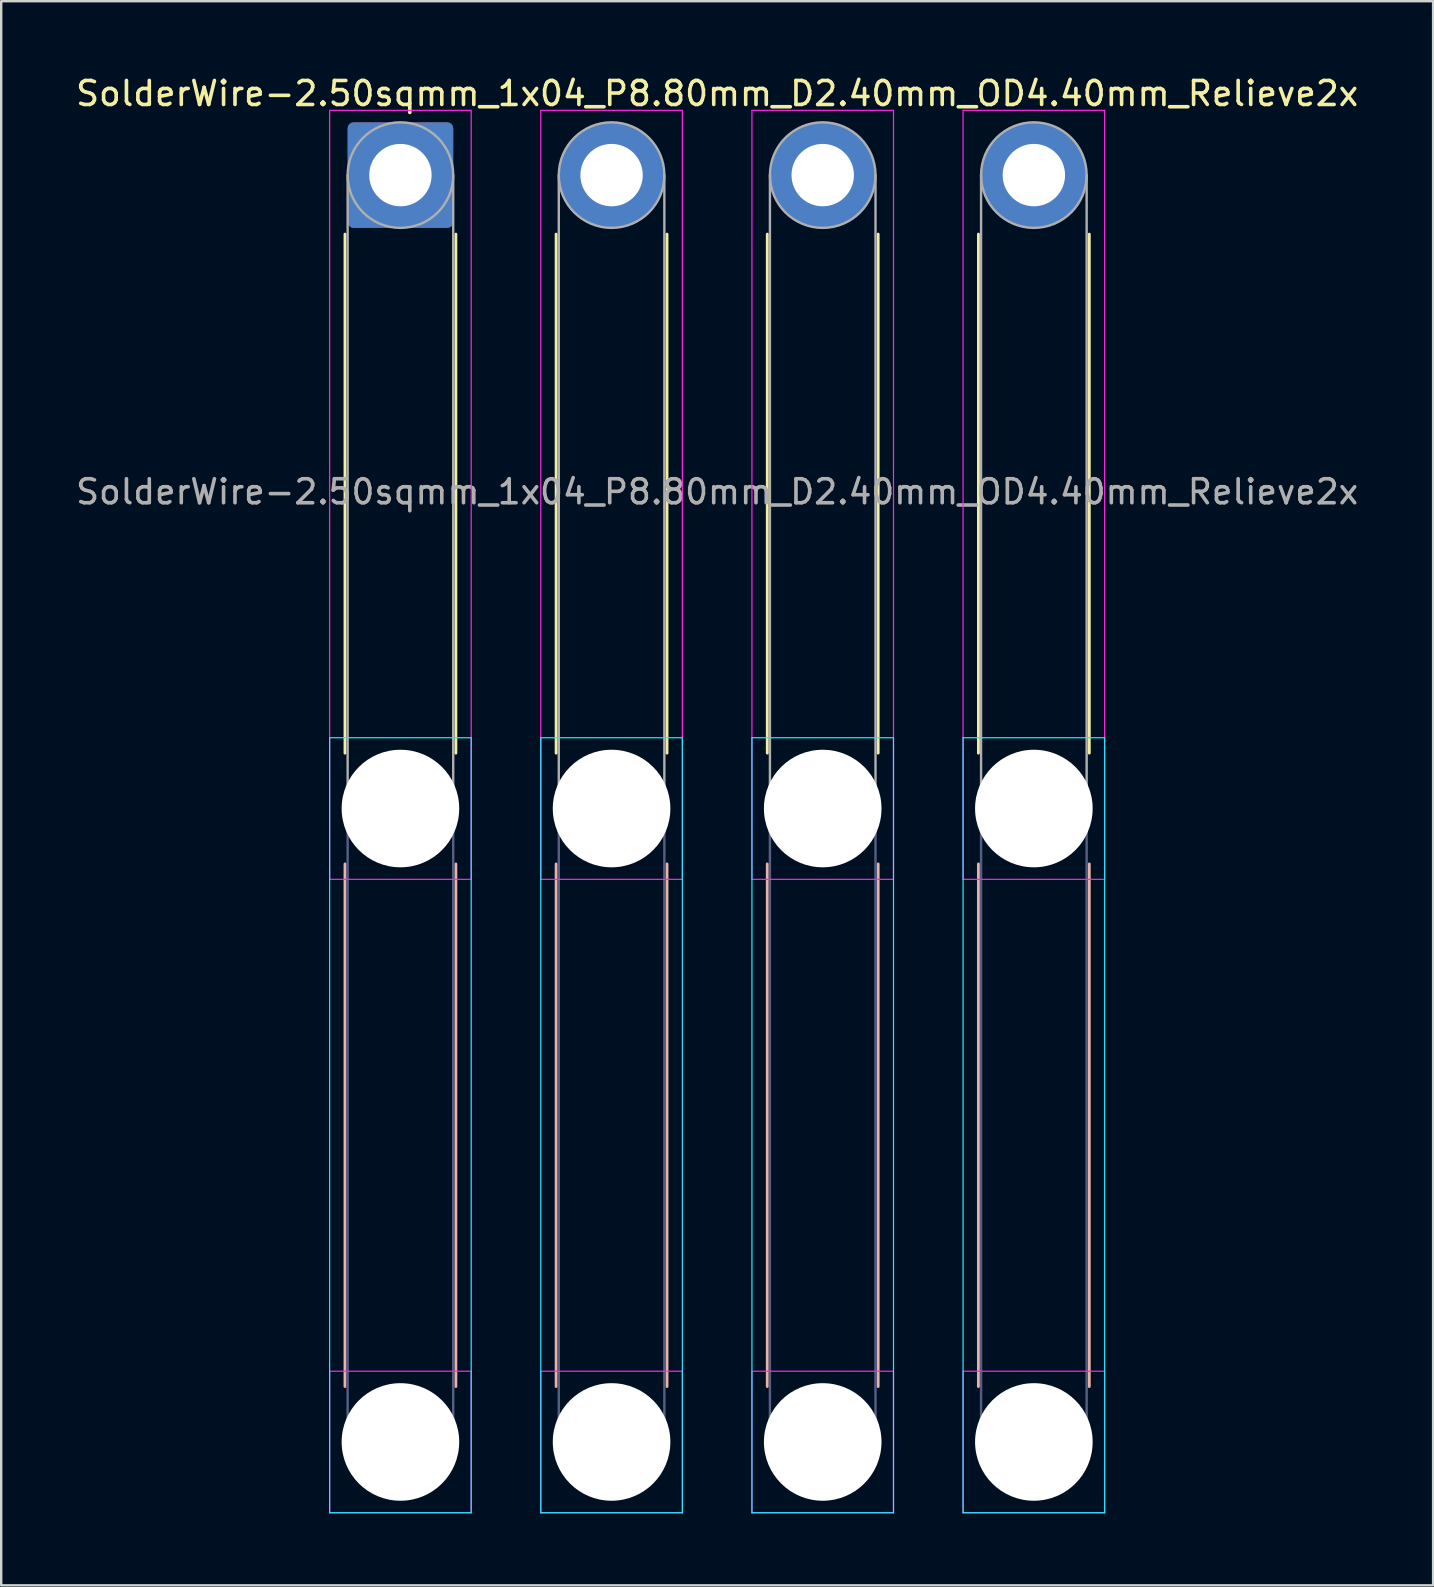
<source format=kicad_pcb>
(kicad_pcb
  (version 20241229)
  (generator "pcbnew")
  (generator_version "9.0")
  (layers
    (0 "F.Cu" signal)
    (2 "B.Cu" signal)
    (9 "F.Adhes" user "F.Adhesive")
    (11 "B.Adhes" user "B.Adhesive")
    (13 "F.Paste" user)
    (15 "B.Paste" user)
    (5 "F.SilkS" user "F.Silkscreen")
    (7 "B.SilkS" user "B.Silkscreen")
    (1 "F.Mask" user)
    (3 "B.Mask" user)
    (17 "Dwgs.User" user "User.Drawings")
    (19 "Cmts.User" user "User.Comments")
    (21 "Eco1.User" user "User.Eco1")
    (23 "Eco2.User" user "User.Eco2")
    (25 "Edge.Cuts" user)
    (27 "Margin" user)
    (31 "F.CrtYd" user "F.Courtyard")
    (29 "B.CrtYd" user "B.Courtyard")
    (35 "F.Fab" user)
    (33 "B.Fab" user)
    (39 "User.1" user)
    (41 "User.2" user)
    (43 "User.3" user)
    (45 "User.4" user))
  (footprint "SolderWire-2.50sqmm_1x04_P8.80mm_D2.40mm_OD4.40mm_Relieve2x"
    (layer "F.Cu")
    (at 13.639 4.248)
    (property "Reference" "SolderWire-2.50sqmm_1x04_P8.80mm_D2.40mm_OD4.40mm_Relieve2x" (at 13.2 -3.4 0) (layer "F.SilkS") (effects (font (size 1 1) (thickness 0.15))))
    (attr exclude_from_pos_files exclude_from_bom)
    (fp_line (start -2.31 2.46) (end -2.31 24.09) (stroke (width 0.12) (type solid)) (layer "F.SilkS"))
    (fp_line (start 2.31 2.46) (end 2.31 24.09) (stroke (width 0.12) (type solid)) (layer "F.SilkS"))
    (fp_line (start 6.49 2.46) (end 6.49 24.09) (stroke (width 0.12) (type solid)) (layer "F.SilkS"))
    (fp_line (start 11.11 2.46) (end 11.11 24.09) (stroke (width 0.12) (type solid)) (layer "F.SilkS"))
    (fp_line (start 15.29 2.46) (end 15.29 24.09) (stroke (width 0.12) (type solid)) (layer "F.SilkS"))
    (fp_line (start 19.91 2.46) (end 19.91 24.09) (stroke (width 0.12) (type solid)) (layer "F.SilkS"))
    (fp_line (start 24.09 2.46) (end 24.09 24.09) (stroke (width 0.12) (type solid)) (layer "F.SilkS"))
    (fp_line (start 28.71 2.46) (end 28.71 24.09) (stroke (width 0.12) (type solid)) (layer "F.SilkS"))
    (fp_line (start -2.31 28.71) (end -2.31 50.49) (stroke (width 0.12) (type solid)) (layer "B.SilkS"))
    (fp_line (start 2.31 28.71) (end 2.31 50.49) (stroke (width 0.12) (type solid)) (layer "B.SilkS"))
    (fp_line (start 6.49 28.71) (end 6.49 50.49) (stroke (width 0.12) (type solid)) (layer "B.SilkS"))
    (fp_line (start 11.11 28.71) (end 11.11 50.49) (stroke (width 0.12) (type solid)) (layer "B.SilkS"))
    (fp_line (start 15.29 28.71) (end 15.29 50.49) (stroke (width 0.12) (type solid)) (layer "B.SilkS"))
    (fp_line (start 19.91 28.71) (end 19.91 50.49) (stroke (width 0.12) (type solid)) (layer "B.SilkS"))
    (fp_line (start 24.09 28.71) (end 24.09 50.49) (stroke (width 0.12) (type solid)) (layer "B.SilkS"))
    (fp_line (start 28.71 28.71) (end 28.71 50.49) (stroke (width 0.12) (type solid)) (layer "B.SilkS"))
    (fp_line (start -2.95 23.45) (end -2.95 55.75) (stroke (width 0.05) (type solid)) (layer "B.CrtYd"))
    (fp_line (start -2.95 55.75) (end 2.95 55.75) (stroke (width 0.05) (type solid)) (layer "B.CrtYd"))
    (fp_line (start 2.95 23.45) (end -2.95 23.45) (stroke (width 0.05) (type solid)) (layer "B.CrtYd"))
    (fp_line (start 2.95 55.75) (end 2.95 23.45) (stroke (width 0.05) (type solid)) (layer "B.CrtYd"))
    (fp_line (start 5.85 23.45) (end 5.85 55.75) (stroke (width 0.05) (type solid)) (layer "B.CrtYd"))
    (fp_line (start 5.85 55.75) (end 11.75 55.75) (stroke (width 0.05) (type solid)) (layer "B.CrtYd"))
    (fp_line (start 11.75 23.45) (end 5.85 23.45) (stroke (width 0.05) (type solid)) (layer "B.CrtYd"))
    (fp_line (start 11.75 55.75) (end 11.75 23.45) (stroke (width 0.05) (type solid)) (layer "B.CrtYd"))
    (fp_line (start 14.65 23.45) (end 14.65 55.75) (stroke (width 0.05) (type solid)) (layer "B.CrtYd"))
    (fp_line (start 14.65 55.75) (end 20.55 55.75) (stroke (width 0.05) (type solid)) (layer "B.CrtYd"))
    (fp_line (start 20.55 23.45) (end 14.65 23.45) (stroke (width 0.05) (type solid)) (layer "B.CrtYd"))
    (fp_line (start 20.55 55.75) (end 20.55 23.45) (stroke (width 0.05) (type solid)) (layer "B.CrtYd"))
    (fp_line (start 23.45 23.45) (end 23.45 55.75) (stroke (width 0.05) (type solid)) (layer "B.CrtYd"))
    (fp_line (start 23.45 55.75) (end 29.35 55.75) (stroke (width 0.05) (type solid)) (layer "B.CrtYd"))
    (fp_line (start 29.35 23.45) (end 23.45 23.45) (stroke (width 0.05) (type solid)) (layer "B.CrtYd"))
    (fp_line (start 29.35 55.75) (end 29.35 23.45) (stroke (width 0.05) (type solid)) (layer "B.CrtYd"))
    (fp_line (start -2.95 -2.7) (end -2.95 29.35) (stroke (width 0.05) (type solid)) (layer "F.CrtYd"))
    (fp_line (start -2.95 29.35) (end 2.95 29.35) (stroke (width 0.05) (type solid)) (layer "F.CrtYd"))
    (fp_line (start -2.95 49.85) (end -2.95 55.75) (stroke (width 0.05) (type solid)) (layer "F.CrtYd"))
    (fp_line (start -2.95 55.75) (end 2.95 55.75) (stroke (width 0.05) (type solid)) (layer "F.CrtYd"))
    (fp_line (start 2.95 -2.7) (end -2.95 -2.7) (stroke (width 0.05) (type solid)) (layer "F.CrtYd"))
    (fp_line (start 2.95 29.35) (end 2.95 -2.7) (stroke (width 0.05) (type solid)) (layer "F.CrtYd"))
    (fp_line (start 2.95 49.85) (end -2.95 49.85) (stroke (width 0.05) (type solid)) (layer "F.CrtYd"))
    (fp_line (start 2.95 55.75) (end 2.95 49.85) (stroke (width 0.05) (type solid)) (layer "F.CrtYd"))
    (fp_line (start 5.85 -2.7) (end 5.85 29.35) (stroke (width 0.05) (type solid)) (layer "F.CrtYd"))
    (fp_line (start 5.85 29.35) (end 11.75 29.35) (stroke (width 0.05) (type solid)) (layer "F.CrtYd"))
    (fp_line (start 5.85 49.85) (end 5.85 55.75) (stroke (width 0.05) (type solid)) (layer "F.CrtYd"))
    (fp_line (start 5.85 55.75) (end 11.75 55.75) (stroke (width 0.05) (type solid)) (layer "F.CrtYd"))
    (fp_line (start 11.75 -2.7) (end 5.85 -2.7) (stroke (width 0.05) (type solid)) (layer "F.CrtYd"))
    (fp_line (start 11.75 29.35) (end 11.75 -2.7) (stroke (width 0.05) (type solid)) (layer "F.CrtYd"))
    (fp_line (start 11.75 49.85) (end 5.85 49.85) (stroke (width 0.05) (type solid)) (layer "F.CrtYd"))
    (fp_line (start 11.75 55.75) (end 11.75 49.85) (stroke (width 0.05) (type solid)) (layer "F.CrtYd"))
    (fp_line (start 14.65 -2.7) (end 14.65 29.35) (stroke (width 0.05) (type solid)) (layer "F.CrtYd"))
    (fp_line (start 14.65 29.35) (end 20.55 29.35) (stroke (width 0.05) (type solid)) (layer "F.CrtYd"))
    (fp_line (start 14.65 49.85) (end 14.65 55.75) (stroke (width 0.05) (type solid)) (layer "F.CrtYd"))
    (fp_line (start 14.65 55.75) (end 20.55 55.75) (stroke (width 0.05) (type solid)) (layer "F.CrtYd"))
    (fp_line (start 20.55 -2.7) (end 14.65 -2.7) (stroke (width 0.05) (type solid)) (layer "F.CrtYd"))
    (fp_line (start 20.55 29.35) (end 20.55 -2.7) (stroke (width 0.05) (type solid)) (layer "F.CrtYd"))
    (fp_line (start 20.55 49.85) (end 14.65 49.85) (stroke (width 0.05) (type solid)) (layer "F.CrtYd"))
    (fp_line (start 20.55 55.75) (end 20.55 49.85) (stroke (width 0.05) (type solid)) (layer "F.CrtYd"))
    (fp_line (start 23.45 -2.7) (end 23.45 29.35) (stroke (width 0.05) (type solid)) (layer "F.CrtYd"))
    (fp_line (start 23.45 29.35) (end 29.35 29.35) (stroke (width 0.05) (type solid)) (layer "F.CrtYd"))
    (fp_line (start 23.45 49.85) (end 23.45 55.75) (stroke (width 0.05) (type solid)) (layer "F.CrtYd"))
    (fp_line (start 23.45 55.75) (end 29.35 55.75) (stroke (width 0.05) (type solid)) (layer "F.CrtYd"))
    (fp_line (start 29.35 -2.7) (end 23.45 -2.7) (stroke (width 0.05) (type solid)) (layer "F.CrtYd"))
    (fp_line (start 29.35 29.35) (end 29.35 -2.7) (stroke (width 0.05) (type solid)) (layer "F.CrtYd"))
    (fp_line (start 29.35 49.85) (end 23.45 49.85) (stroke (width 0.05) (type solid)) (layer "F.CrtYd"))
    (fp_line (start 29.35 55.75) (end 29.35 49.85) (stroke (width 0.05) (type solid)) (layer "F.CrtYd"))
    (fp_line (start -2.2 26.4) (end -2.2 52.8) (stroke (width 0.1) (type solid)) (layer "B.Fab"))
    (fp_line (start 2.2 26.4) (end 2.2 52.8) (stroke (width 0.1) (type solid)) (layer "B.Fab"))
    (fp_line (start 6.6 26.4) (end 6.6 52.8) (stroke (width 0.1) (type solid)) (layer "B.Fab"))
    (fp_line (start 11 26.4) (end 11 52.8) (stroke (width 0.1) (type solid)) (layer "B.Fab"))
    (fp_line (start 15.4 26.4) (end 15.4 52.8) (stroke (width 0.1) (type solid)) (layer "B.Fab"))
    (fp_line (start 19.8 26.4) (end 19.8 52.8) (stroke (width 0.1) (type solid)) (layer "B.Fab"))
    (fp_line (start 24.2 26.4) (end 24.2 52.8) (stroke (width 0.1) (type solid)) (layer "B.Fab"))
    (fp_line (start 28.6 26.4) (end 28.6 52.8) (stroke (width 0.1) (type solid)) (layer "B.Fab"))
    (fp_circle (center 0 26.4) (end 2.2 26.4) (stroke (width 0.1) (type solid)) (fill no) (layer "B.Fab"))
    (fp_circle (center 0 52.8) (end 2.2 52.8) (stroke (width 0.1) (type solid)) (fill no) (layer "B.Fab"))
    (fp_circle (center 8.8 26.4) (end 11 26.4) (stroke (width 0.1) (type solid)) (fill no) (layer "B.Fab"))
    (fp_circle (center 8.8 52.8) (end 11 52.8) (stroke (width 0.1) (type solid)) (fill no) (layer "B.Fab"))
    (fp_circle (center 17.6 26.4) (end 19.8 26.4) (stroke (width 0.1) (type solid)) (fill no) (layer "B.Fab"))
    (fp_circle (center 17.6 52.8) (end 19.8 52.8) (stroke (width 0.1) (type solid)) (fill no) (layer "B.Fab"))
    (fp_circle (center 26.4 26.4) (end 28.6 26.4) (stroke (width 0.1) (type solid)) (fill no) (layer "B.Fab"))
    (fp_circle (center 26.4 52.8) (end 28.6 52.8) (stroke (width 0.1) (type solid)) (fill no) (layer "B.Fab"))
    (fp_line (start -2.2 0) (end -2.2 26.4) (stroke (width 0.1) (type solid)) (layer "F.Fab"))
    (fp_line (start 2.2 0) (end 2.2 26.4) (stroke (width 0.1) (type solid)) (layer "F.Fab"))
    (fp_line (start 6.6 0) (end 6.6 26.4) (stroke (width 0.1) (type solid)) (layer "F.Fab"))
    (fp_line (start 11 0) (end 11 26.4) (stroke (width 0.1) (type solid)) (layer "F.Fab"))
    (fp_line (start 15.4 0) (end 15.4 26.4) (stroke (width 0.1) (type solid)) (layer "F.Fab"))
    (fp_line (start 19.8 0) (end 19.8 26.4) (stroke (width 0.1) (type solid)) (layer "F.Fab"))
    (fp_line (start 24.2 0) (end 24.2 26.4) (stroke (width 0.1) (type solid)) (layer "F.Fab"))
    (fp_line (start 28.6 0) (end 28.6 26.4) (stroke (width 0.1) (type solid)) (layer "F.Fab"))
    (fp_circle (center 0 0) (end 2.2 0) (stroke (width 0.1) (type solid)) (fill no) (layer "F.Fab"))
    (fp_circle (center 0 26.4) (end 2.2 26.4) (stroke (width 0.1) (type solid)) (fill no) (layer "F.Fab"))
    (fp_circle (center 0 52.8) (end 2.2 52.8) (stroke (width 0.1) (type solid)) (fill no) (layer "F.Fab"))
    (fp_circle (center 8.8 0) (end 11 0) (stroke (width 0.1) (type solid)) (fill no) (layer "F.Fab"))
    (fp_circle (center 8.8 26.4) (end 11 26.4) (stroke (width 0.1) (type solid)) (fill no) (layer "F.Fab"))
    (fp_circle (center 8.8 52.8) (end 11 52.8) (stroke (width 0.1) (type solid)) (fill no) (layer "F.Fab"))
    (fp_circle (center 17.6 0) (end 19.8 0) (stroke (width 0.1) (type solid)) (fill no) (layer "F.Fab"))
    (fp_circle (center 17.6 26.4) (end 19.8 26.4) (stroke (width 0.1) (type solid)) (fill no) (layer "F.Fab"))
    (fp_circle (center 17.6 52.8) (end 19.8 52.8) (stroke (width 0.1) (type solid)) (fill no) (layer "F.Fab"))
    (fp_circle (center 26.4 0) (end 28.6 0) (stroke (width 0.1) (type solid)) (fill no) (layer "F.Fab"))
    (fp_circle (center 26.4 26.4) (end 28.6 26.4) (stroke (width 0.1) (type solid)) (fill no) (layer "F.Fab"))
    (fp_circle (center 26.4 52.8) (end 28.6 52.8) (stroke (width 0.1) (type solid)) (fill no) (layer "F.Fab"))
    (fp_text user "${REFERENCE}" (at 13.2 13.2 0) (layer "F.Fab") (effects (font (size 1 1) (thickness 0.15))))
    (pad "" np_thru_hole circle (at 0 26.4) (size 4.9 4.9) (drill 4.9) (layers "*.Cu" "*.Mask"))
    (pad "" np_thru_hole circle (at 0 52.8) (size 4.9 4.9) (drill 4.9) (layers "*.Cu" "*.Mask"))
    (pad "" np_thru_hole circle (at 8.8 26.4) (size 4.9 4.9) (drill 4.9) (layers "*.Cu" "*.Mask"))
    (pad "" np_thru_hole circle (at 8.8 52.8) (size 4.9 4.9) (drill 4.9) (layers "*.Cu" "*.Mask"))
    (pad "" np_thru_hole circle (at 17.6 26.4) (size 4.9 4.9) (drill 4.9) (layers "*.Cu" "*.Mask"))
    (pad "" np_thru_hole circle (at 17.6 52.8) (size 4.9 4.9) (drill 4.9) (layers "*.Cu" "*.Mask"))
    (pad "" np_thru_hole circle (at 26.4 26.4) (size 4.9 4.9) (drill 4.9) (layers "*.Cu" "*.Mask"))
    (pad "" np_thru_hole circle (at 26.4 52.8) (size 4.9 4.9) (drill 4.9) (layers "*.Cu" "*.Mask"))
    (pad "1" thru_hole roundrect (at 0 0) (size 4.4 4.4) (drill 2.6) (layers "*.Cu" "*.Mask") (roundrect_rratio 0.057))
    (pad "2" thru_hole circle (at 8.8 0) (size 4.4 4.4) (drill 2.6) (layers "*.Cu" "*.Mask"))
    (pad "3" thru_hole circle (at 17.6 0) (size 4.4 4.4) (drill 2.6) (layers "*.Cu" "*.Mask"))
    (pad "4" thru_hole circle (at 26.4 0) (size 4.4 4.4) (drill 2.6) (layers "*.Cu" "*.Mask")))
  (gr_rect
    (start -3 -3)
    (end 56.679 63.023)
    (stroke (width 0.1) (type default))
    (fill no)
    (layer "Edge.Cuts")))
</source>
